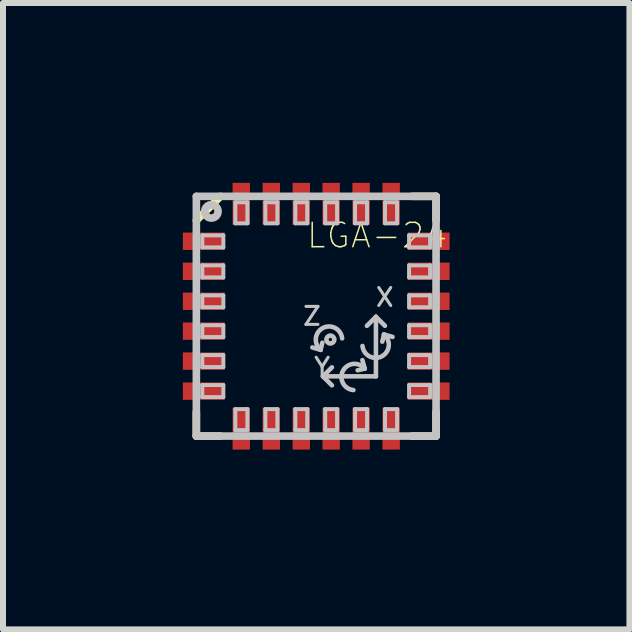
<source format=kicad_pcb>
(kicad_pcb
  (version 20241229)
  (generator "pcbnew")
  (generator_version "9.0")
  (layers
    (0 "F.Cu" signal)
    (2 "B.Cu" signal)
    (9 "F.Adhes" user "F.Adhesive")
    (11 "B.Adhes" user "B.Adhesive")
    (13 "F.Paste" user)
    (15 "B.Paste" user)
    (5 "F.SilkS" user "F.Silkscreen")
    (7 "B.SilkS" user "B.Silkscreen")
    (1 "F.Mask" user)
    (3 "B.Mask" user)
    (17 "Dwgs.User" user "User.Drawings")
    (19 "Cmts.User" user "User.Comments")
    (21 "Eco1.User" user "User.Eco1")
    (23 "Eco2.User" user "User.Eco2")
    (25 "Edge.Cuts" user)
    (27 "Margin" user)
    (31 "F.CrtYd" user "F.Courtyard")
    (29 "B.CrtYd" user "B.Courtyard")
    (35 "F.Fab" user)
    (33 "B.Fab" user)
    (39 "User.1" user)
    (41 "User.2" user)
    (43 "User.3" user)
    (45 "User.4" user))
  (footprint "LGA-24"
    (layer "F.Cu")
    (at 2.224 2.224)
    (property "Reference" "LGA-24" (at 1.016 -1.346 0) (layer "F.SilkS") (effects (font (size 0.406 0.406) (thickness 0.025))))
    (attr smd)
    (fp_line (start -1.999 -1.598) (end -1.598 -1.999) (stroke (width 0.127) (type solid)) (layer "F.SilkS"))
    (fp_line (start -1.999 1.999) (end -1.999 1.598) (stroke (width 0.127) (type solid)) (layer "F.SilkS"))
    (fp_line (start -1.999 1.999) (end -1.598 1.999) (stroke (width 0.127) (type solid)) (layer "F.SilkS"))
    (fp_line (start 1.999 -1.999) (end 1.598 -1.999) (stroke (width 0.127) (type solid)) (layer "F.SilkS"))
    (fp_line (start 1.999 -1.999) (end 1.999 -1.598) (stroke (width 0.127) (type solid)) (layer "F.SilkS"))
    (fp_line (start 1.999 1.999) (end 1.598 1.999) (stroke (width 0.127) (type solid)) (layer "F.SilkS"))
    (fp_line (start 1.999 1.999) (end 1.999 1.598) (stroke (width 0.127) (type solid)) (layer "F.SilkS"))
    (fp_line (start -1.999 -1.999) (end 1.999 -1.999) (stroke (width 0.127) (type solid)) (layer "Dwgs.User"))
    (fp_line (start -1.999 1.999) (end -1.999 -1.999) (stroke (width 0.127) (type solid)) (layer "Dwgs.User"))
    (fp_line (start -1.9 -1.349) (end -1.549 -1.349) (stroke (width 0.066) (type solid)) (layer "Dwgs.User"))
    (fp_line (start -1.9 -1.148) (end -1.9 -1.349) (stroke (width 0.066) (type solid)) (layer "Dwgs.User"))
    (fp_line (start -1.9 -1.148) (end -1.549 -1.148) (stroke (width 0.066) (type solid)) (layer "Dwgs.User"))
    (fp_line (start -1.9 -0.848) (end -1.549 -0.848) (stroke (width 0.066) (type solid)) (layer "Dwgs.User"))
    (fp_line (start -1.9 -0.648) (end -1.9 -0.848) (stroke (width 0.066) (type solid)) (layer "Dwgs.User"))
    (fp_line (start -1.9 -0.648) (end -1.549 -0.648) (stroke (width 0.066) (type solid)) (layer "Dwgs.User"))
    (fp_line (start -1.9 -0.348) (end -1.549 -0.348) (stroke (width 0.066) (type solid)) (layer "Dwgs.User"))
    (fp_line (start -1.9 -0.15) (end -1.9 -0.348) (stroke (width 0.066) (type solid)) (layer "Dwgs.User"))
    (fp_line (start -1.9 -0.15) (end -1.549 -0.15) (stroke (width 0.066) (type solid)) (layer "Dwgs.User"))
    (fp_line (start -1.9 0.15) (end -1.549 0.15) (stroke (width 0.066) (type solid)) (layer "Dwgs.User"))
    (fp_line (start -1.9 0.348) (end -1.9 0.15) (stroke (width 0.066) (type solid)) (layer "Dwgs.User"))
    (fp_line (start -1.9 0.348) (end -1.549 0.348) (stroke (width 0.066) (type solid)) (layer "Dwgs.User"))
    (fp_line (start -1.9 0.648) (end -1.549 0.648) (stroke (width 0.066) (type solid)) (layer "Dwgs.User"))
    (fp_line (start -1.9 0.848) (end -1.9 0.648) (stroke (width 0.066) (type solid)) (layer "Dwgs.User"))
    (fp_line (start -1.9 0.848) (end -1.549 0.848) (stroke (width 0.066) (type solid)) (layer "Dwgs.User"))
    (fp_line (start -1.9 1.148) (end -1.549 1.148) (stroke (width 0.066) (type solid)) (layer "Dwgs.User"))
    (fp_line (start -1.9 1.349) (end -1.9 1.148) (stroke (width 0.066) (type solid)) (layer "Dwgs.User"))
    (fp_line (start -1.9 1.349) (end -1.549 1.349) (stroke (width 0.066) (type solid)) (layer "Dwgs.User"))
    (fp_line (start -1.549 -1.148) (end -1.549 -1.349) (stroke (width 0.066) (type solid)) (layer "Dwgs.User"))
    (fp_line (start -1.549 -0.648) (end -1.549 -0.848) (stroke (width 0.066) (type solid)) (layer "Dwgs.User"))
    (fp_line (start -1.549 -0.15) (end -1.549 -0.348) (stroke (width 0.066) (type solid)) (layer "Dwgs.User"))
    (fp_line (start -1.549 0.348) (end -1.549 0.15) (stroke (width 0.066) (type solid)) (layer "Dwgs.User"))
    (fp_line (start -1.549 0.848) (end -1.549 0.648) (stroke (width 0.066) (type solid)) (layer "Dwgs.User"))
    (fp_line (start -1.549 1.349) (end -1.549 1.148) (stroke (width 0.066) (type solid)) (layer "Dwgs.User"))
    (fp_line (start -1.349 -1.9) (end -1.148 -1.9) (stroke (width 0.066) (type solid)) (layer "Dwgs.User"))
    (fp_line (start -1.349 -1.549) (end -1.349 -1.9) (stroke (width 0.066) (type solid)) (layer "Dwgs.User"))
    (fp_line (start -1.349 -1.549) (end -1.148 -1.549) (stroke (width 0.066) (type solid)) (layer "Dwgs.User"))
    (fp_line (start -1.349 1.549) (end -1.148 1.549) (stroke (width 0.066) (type solid)) (layer "Dwgs.User"))
    (fp_line (start -1.349 1.9) (end -1.349 1.549) (stroke (width 0.066) (type solid)) (layer "Dwgs.User"))
    (fp_line (start -1.349 1.9) (end -1.148 1.9) (stroke (width 0.066) (type solid)) (layer "Dwgs.User"))
    (fp_line (start -1.148 -1.549) (end -1.148 -1.9) (stroke (width 0.066) (type solid)) (layer "Dwgs.User"))
    (fp_line (start -1.148 1.9) (end -1.148 1.549) (stroke (width 0.066) (type solid)) (layer "Dwgs.User"))
    (fp_line (start -0.848 -1.9) (end -0.648 -1.9) (stroke (width 0.066) (type solid)) (layer "Dwgs.User"))
    (fp_line (start -0.848 -1.549) (end -0.848 -1.9) (stroke (width 0.066) (type solid)) (layer "Dwgs.User"))
    (fp_line (start -0.848 -1.549) (end -0.648 -1.549) (stroke (width 0.066) (type solid)) (layer "Dwgs.User"))
    (fp_line (start -0.848 1.549) (end -0.648 1.549) (stroke (width 0.066) (type solid)) (layer "Dwgs.User"))
    (fp_line (start -0.848 1.9) (end -0.848 1.549) (stroke (width 0.066) (type solid)) (layer "Dwgs.User"))
    (fp_line (start -0.848 1.9) (end -0.648 1.9) (stroke (width 0.066) (type solid)) (layer "Dwgs.User"))
    (fp_line (start -0.648 -1.549) (end -0.648 -1.9) (stroke (width 0.066) (type solid)) (layer "Dwgs.User"))
    (fp_line (start -0.648 1.9) (end -0.648 1.549) (stroke (width 0.066) (type solid)) (layer "Dwgs.User"))
    (fp_line (start -0.348 -1.9) (end -0.15 -1.9) (stroke (width 0.066) (type solid)) (layer "Dwgs.User"))
    (fp_line (start -0.348 -1.549) (end -0.348 -1.9) (stroke (width 0.066) (type solid)) (layer "Dwgs.User"))
    (fp_line (start -0.348 -1.549) (end -0.15 -1.549) (stroke (width 0.066) (type solid)) (layer "Dwgs.User"))
    (fp_line (start -0.348 1.549) (end -0.15 1.549) (stroke (width 0.066) (type solid)) (layer "Dwgs.User"))
    (fp_line (start -0.348 1.9) (end -0.348 1.549) (stroke (width 0.066) (type solid)) (layer "Dwgs.User"))
    (fp_line (start -0.348 1.9) (end -0.15 1.9) (stroke (width 0.066) (type solid)) (layer "Dwgs.User"))
    (fp_line (start -0.15 -1.549) (end -0.15 -1.9) (stroke (width 0.066) (type solid)) (layer "Dwgs.User"))
    (fp_line (start -0.15 1.9) (end -0.15 1.549) (stroke (width 0.066) (type solid)) (layer "Dwgs.User"))
    (fp_line (start 0.074 0.561) (end -0.064 0.521) (stroke (width 0.076) (type solid)) (layer "Dwgs.User"))
    (fp_line (start 0.074 0.561) (end 0.102 0.442) (stroke (width 0.076) (type solid)) (layer "Dwgs.User"))
    (fp_line (start 0.112 1.003) (end 0.262 0.853) (stroke (width 0.076) (type solid)) (layer "Dwgs.User"))
    (fp_line (start 0.112 1.003) (end 0.262 1.153) (stroke (width 0.076) (type solid)) (layer "Dwgs.User"))
    (fp_line (start 0.114 1.003) (end 0.996 1.003) (stroke (width 0.076) (type solid)) (layer "Dwgs.User"))
    (fp_line (start 0.15 -1.9) (end 0.348 -1.9) (stroke (width 0.066) (type solid)) (layer "Dwgs.User"))
    (fp_line (start 0.15 -1.549) (end 0.15 -1.9) (stroke (width 0.066) (type solid)) (layer "Dwgs.User"))
    (fp_line (start 0.15 -1.549) (end 0.348 -1.549) (stroke (width 0.066) (type solid)) (layer "Dwgs.User"))
    (fp_line (start 0.15 1.549) (end 0.348 1.549) (stroke (width 0.066) (type solid)) (layer "Dwgs.User"))
    (fp_line (start 0.15 1.9) (end 0.15 1.549) (stroke (width 0.066) (type solid)) (layer "Dwgs.User"))
    (fp_line (start 0.15 1.9) (end 0.348 1.9) (stroke (width 0.066) (type solid)) (layer "Dwgs.User"))
    (fp_line (start 0.348 -1.549) (end 0.348 -1.9) (stroke (width 0.066) (type solid)) (layer "Dwgs.User"))
    (fp_line (start 0.348 1.9) (end 0.348 1.549) (stroke (width 0.066) (type solid)) (layer "Dwgs.User"))
    (fp_line (start 0.648 -1.9) (end 0.848 -1.9) (stroke (width 0.066) (type solid)) (layer "Dwgs.User"))
    (fp_line (start 0.648 -1.549) (end 0.648 -1.9) (stroke (width 0.066) (type solid)) (layer "Dwgs.User"))
    (fp_line (start 0.648 -1.549) (end 0.848 -1.549) (stroke (width 0.066) (type solid)) (layer "Dwgs.User"))
    (fp_line (start 0.648 1.549) (end 0.848 1.549) (stroke (width 0.066) (type solid)) (layer "Dwgs.User"))
    (fp_line (start 0.648 1.9) (end 0.648 1.549) (stroke (width 0.066) (type solid)) (layer "Dwgs.User"))
    (fp_line (start 0.648 1.9) (end 0.848 1.9) (stroke (width 0.066) (type solid)) (layer "Dwgs.User"))
    (fp_line (start 0.81 0.874) (end 0.691 0.902) (stroke (width 0.076) (type solid)) (layer "Dwgs.User"))
    (fp_line (start 0.81 0.874) (end 0.77 0.732) (stroke (width 0.076) (type solid)) (layer "Dwgs.User"))
    (fp_line (start 0.848 -1.549) (end 0.848 -1.9) (stroke (width 0.066) (type solid)) (layer "Dwgs.User"))
    (fp_line (start 0.848 1.9) (end 0.848 1.549) (stroke (width 0.066) (type solid)) (layer "Dwgs.User"))
    (fp_line (start 0.996 0.01) (end 0.846 0.16) (stroke (width 0.076) (type solid)) (layer "Dwgs.User"))
    (fp_line (start 0.996 0.01) (end 0.996 1.003) (stroke (width 0.076) (type solid)) (layer "Dwgs.User"))
    (fp_line (start 0.996 0.01) (end 1.146 0.16) (stroke (width 0.076) (type solid)) (layer "Dwgs.User"))
    (fp_line (start 1.13 0.305) (end 1.102 0.424) (stroke (width 0.076) (type solid)) (layer "Dwgs.User"))
    (fp_line (start 1.13 0.305) (end 1.273 0.345) (stroke (width 0.076) (type solid)) (layer "Dwgs.User"))
    (fp_line (start 1.148 -1.9) (end 1.349 -1.9) (stroke (width 0.066) (type solid)) (layer "Dwgs.User"))
    (fp_line (start 1.148 -1.549) (end 1.148 -1.9) (stroke (width 0.066) (type solid)) (layer "Dwgs.User"))
    (fp_line (start 1.148 -1.549) (end 1.349 -1.549) (stroke (width 0.066) (type solid)) (layer "Dwgs.User"))
    (fp_line (start 1.148 1.549) (end 1.349 1.549) (stroke (width 0.066) (type solid)) (layer "Dwgs.User"))
    (fp_line (start 1.148 1.9) (end 1.148 1.549) (stroke (width 0.066) (type solid)) (layer "Dwgs.User"))
    (fp_line (start 1.148 1.9) (end 1.349 1.9) (stroke (width 0.066) (type solid)) (layer "Dwgs.User"))
    (fp_line (start 1.349 -1.549) (end 1.349 -1.9) (stroke (width 0.066) (type solid)) (layer "Dwgs.User"))
    (fp_line (start 1.349 1.9) (end 1.349 1.549) (stroke (width 0.066) (type solid)) (layer "Dwgs.User"))
    (fp_line (start 1.549 -1.349) (end 1.9 -1.349) (stroke (width 0.066) (type solid)) (layer "Dwgs.User"))
    (fp_line (start 1.549 -1.148) (end 1.549 -1.349) (stroke (width 0.066) (type solid)) (layer "Dwgs.User"))
    (fp_line (start 1.549 -1.148) (end 1.9 -1.148) (stroke (width 0.066) (type solid)) (layer "Dwgs.User"))
    (fp_line (start 1.549 -0.848) (end 1.9 -0.848) (stroke (width 0.066) (type solid)) (layer "Dwgs.User"))
    (fp_line (start 1.549 -0.648) (end 1.549 -0.848) (stroke (width 0.066) (type solid)) (layer "Dwgs.User"))
    (fp_line (start 1.549 -0.648) (end 1.9 -0.648) (stroke (width 0.066) (type solid)) (layer "Dwgs.User"))
    (fp_line (start 1.549 -0.348) (end 1.9 -0.348) (stroke (width 0.066) (type solid)) (layer "Dwgs.User"))
    (fp_line (start 1.549 -0.15) (end 1.549 -0.348) (stroke (width 0.066) (type solid)) (layer "Dwgs.User"))
    (fp_line (start 1.549 -0.15) (end 1.9 -0.15) (stroke (width 0.066) (type solid)) (layer "Dwgs.User"))
    (fp_line (start 1.549 0.15) (end 1.9 0.15) (stroke (width 0.066) (type solid)) (layer "Dwgs.User"))
    (fp_line (start 1.549 0.348) (end 1.549 0.15) (stroke (width 0.066) (type solid)) (layer "Dwgs.User"))
    (fp_line (start 1.549 0.348) (end 1.9 0.348) (stroke (width 0.066) (type solid)) (layer "Dwgs.User"))
    (fp_line (start 1.549 0.648) (end 1.9 0.648) (stroke (width 0.066) (type solid)) (layer "Dwgs.User"))
    (fp_line (start 1.549 0.848) (end 1.549 0.648) (stroke (width 0.066) (type solid)) (layer "Dwgs.User"))
    (fp_line (start 1.549 0.848) (end 1.9 0.848) (stroke (width 0.066) (type solid)) (layer "Dwgs.User"))
    (fp_line (start 1.549 1.148) (end 1.9 1.148) (stroke (width 0.066) (type solid)) (layer "Dwgs.User"))
    (fp_line (start 1.549 1.349) (end 1.549 1.148) (stroke (width 0.066) (type solid)) (layer "Dwgs.User"))
    (fp_line (start 1.549 1.349) (end 1.9 1.349) (stroke (width 0.066) (type solid)) (layer "Dwgs.User"))
    (fp_line (start 1.9 -1.148) (end 1.9 -1.349) (stroke (width 0.066) (type solid)) (layer "Dwgs.User"))
    (fp_line (start 1.9 -0.648) (end 1.9 -0.848) (stroke (width 0.066) (type solid)) (layer "Dwgs.User"))
    (fp_line (start 1.9 -0.15) (end 1.9 -0.348) (stroke (width 0.066) (type solid)) (layer "Dwgs.User"))
    (fp_line (start 1.9 0.348) (end 1.9 0.15) (stroke (width 0.066) (type solid)) (layer "Dwgs.User"))
    (fp_line (start 1.9 0.848) (end 1.9 0.648) (stroke (width 0.066) (type solid)) (layer "Dwgs.User"))
    (fp_line (start 1.9 1.349) (end 1.9 1.148) (stroke (width 0.066) (type solid)) (layer "Dwgs.User"))
    (fp_line (start 1.999 -1.999) (end 1.999 1.999) (stroke (width 0.127) (type solid)) (layer "Dwgs.User"))
    (fp_line (start 1.999 1.999) (end -1.999 1.999) (stroke (width 0.127) (type solid)) (layer "Dwgs.User"))
    (fp_arc (start 0.07366 0.56134) (mid 0.109595 0.196969) (end 0.432478 0.369607) (stroke (width 0.0762) (type solid)) (layer "Dwgs.User"))
    (fp_arc (start 0.61976 1.2319) (mid 0.446044 0.911093) (end 0.808909 0.873368) (stroke (width 0.0762) (type solid)) (layer "Dwgs.User"))
    (fp_arc (start 1.1303 0.3048) (mid 1.094365 0.669171) (end 0.771482 0.496533) (stroke (width 0.0762) (type solid)) (layer "Dwgs.User"))
    (fp_circle (center -1.748 -1.748) (end -1.748 -1.796) (stroke (width 0.127) (type solid)) (fill no) (layer "Dwgs.User"))
    (fp_circle (center 0.236 0.389) (end 0.236 0.361) (stroke (width 0.076) (type solid)) (fill no) (layer "Dwgs.User"))
    (fp_text user "Z" (at -0.071 0 0) (layer "Dwgs.User") (effects (font (size 0.3 0.3) (thickness 0.051))))
    (fp_text user "Y" (at 0.099 0.848 0) (layer "Dwgs.User") (effects (font (size 0.3 0.3) (thickness 0.051))))
    (fp_text user "X" (at 1.143 -0.315 0) (layer "Dwgs.User") (effects (font (size 0.3 0.3) (thickness 0.051))))
    (pad "1" smd rect (at -1.875 -1.25 90) (size 0.29 0.699) (layers "F.Cu" "F.Mask" "F.Paste"))
    (pad "2" smd rect (at -1.875 -0.749 90) (size 0.29 0.699) (layers "F.Cu" "F.Mask" "F.Paste"))
    (pad "3" smd rect (at -1.875 -0.249 90) (size 0.29 0.699) (layers "F.Cu" "F.Mask" "F.Paste"))
    (pad "4" smd rect (at -1.875 0.249 90) (size 0.29 0.699) (layers "F.Cu" "F.Mask" "F.Paste"))
    (pad "5" smd rect (at -1.875 0.749 90) (size 0.29 0.699) (layers "F.Cu" "F.Mask" "F.Paste"))
    (pad "6" smd rect (at -1.875 1.25 90) (size 0.29 0.699) (layers "F.Cu" "F.Mask" "F.Paste"))
    (pad "7" smd rect (at -1.25 1.875 180) (size 0.29 0.699) (layers "F.Cu" "F.Mask" "F.Paste"))
    (pad "8" smd rect (at -0.749 1.875 180) (size 0.29 0.699) (layers "F.Cu" "F.Mask" "F.Paste"))
    (pad "9" smd rect (at -0.249 1.875 180) (size 0.29 0.699) (layers "F.Cu" "F.Mask" "F.Paste"))
    (pad "10" smd rect (at 0.249 1.875 180) (size 0.29 0.699) (layers "F.Cu" "F.Mask" "F.Paste"))
    (pad "11" smd rect (at 0.749 1.875 180) (size 0.29 0.699) (layers "F.Cu" "F.Mask" "F.Paste"))
    (pad "12" smd rect (at 1.25 1.875 180) (size 0.29 0.699) (layers "F.Cu" "F.Mask" "F.Paste"))
    (pad "13" smd rect (at 1.875 1.25 270) (size 0.29 0.699) (layers "F.Cu" "F.Mask" "F.Paste"))
    (pad "14" smd rect (at 1.875 0.749 270) (size 0.29 0.699) (layers "F.Cu" "F.Mask" "F.Paste"))
    (pad "15" smd rect (at 1.875 0.249 270) (size 0.29 0.699) (layers "F.Cu" "F.Mask" "F.Paste"))
    (pad "16" smd rect (at 1.875 -0.249 270) (size 0.29 0.699) (layers "F.Cu" "F.Mask" "F.Paste"))
    (pad "17" smd rect (at 1.875 -0.749 270) (size 0.29 0.699) (layers "F.Cu" "F.Mask" "F.Paste"))
    (pad "18" smd rect (at 1.875 -1.25 270) (size 0.29 0.699) (layers "F.Cu" "F.Mask" "F.Paste"))
    (pad "19" smd rect (at 1.25 -1.875) (size 0.29 0.699) (layers "F.Cu" "F.Mask" "F.Paste"))
    (pad "20" smd rect (at 0.749 -1.875) (size 0.29 0.699) (layers "F.Cu" "F.Mask" "F.Paste"))
    (pad "21" smd rect (at 0.249 -1.875) (size 0.29 0.699) (layers "F.Cu" "F.Mask" "F.Paste"))
    (pad "22" smd rect (at -0.249 -1.875) (size 0.29 0.699) (layers "F.Cu" "F.Mask" "F.Paste"))
    (pad "23" smd rect (at -0.749 -1.875) (size 0.29 0.699) (layers "F.Cu" "F.Mask" "F.Paste"))
    (pad "24" smd rect (at -1.25 -1.875) (size 0.29 0.699) (layers "F.Cu" "F.Mask" "F.Paste")))
  (gr_rect
    (start -3 -3)
    (end 7.448 7.448)
    (stroke (width 0.1) (type default))
    (fill no)
    (layer "Edge.Cuts")))
</source>
